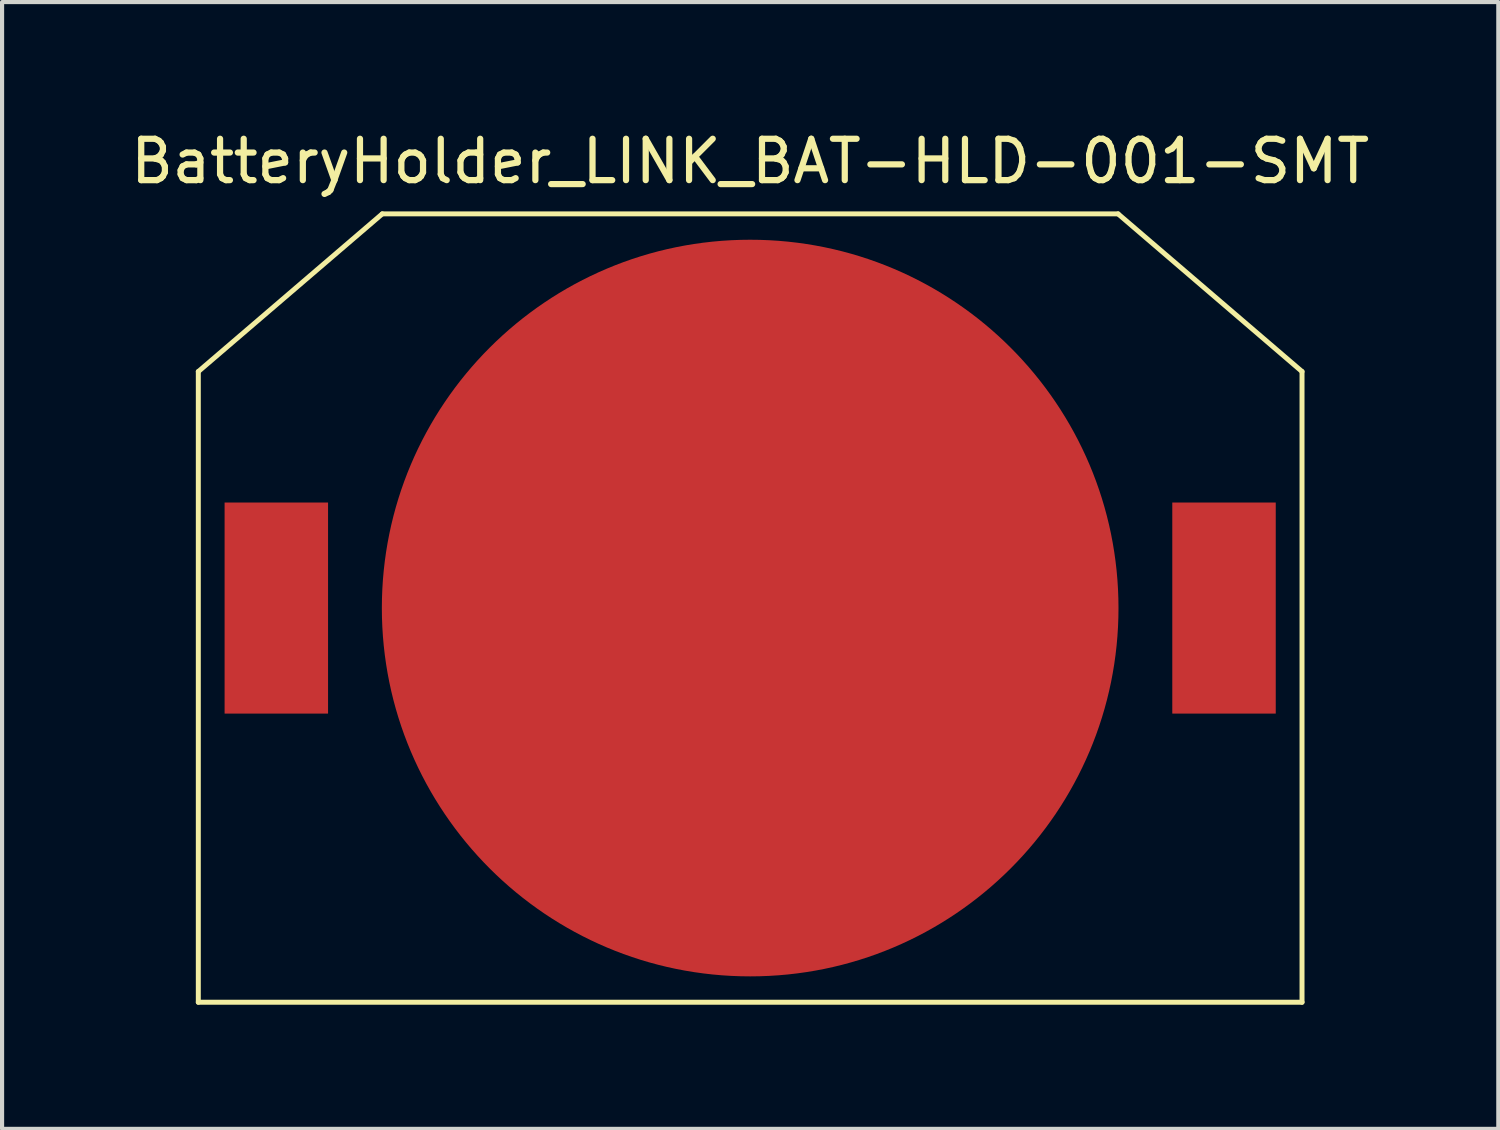
<source format=kicad_pcb>
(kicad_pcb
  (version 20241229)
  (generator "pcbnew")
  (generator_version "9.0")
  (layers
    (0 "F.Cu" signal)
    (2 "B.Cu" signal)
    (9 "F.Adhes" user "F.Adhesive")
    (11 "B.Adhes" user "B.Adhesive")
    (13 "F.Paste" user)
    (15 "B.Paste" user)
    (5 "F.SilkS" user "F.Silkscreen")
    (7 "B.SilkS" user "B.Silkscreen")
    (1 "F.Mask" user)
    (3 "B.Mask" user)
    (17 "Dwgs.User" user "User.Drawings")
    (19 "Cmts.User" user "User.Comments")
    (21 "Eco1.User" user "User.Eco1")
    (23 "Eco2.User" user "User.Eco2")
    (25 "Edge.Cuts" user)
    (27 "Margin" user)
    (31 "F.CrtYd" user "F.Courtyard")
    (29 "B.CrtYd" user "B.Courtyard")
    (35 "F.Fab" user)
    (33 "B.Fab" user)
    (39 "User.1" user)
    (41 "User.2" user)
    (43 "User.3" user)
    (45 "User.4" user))
  (footprint "BatteryHolder_LINK_BAT-HLD-001-SMT"
    (layer "F.Cu")
    (at 15.077 11.643)
    (property "Reference" "BatteryHolder_LINK_BAT-HLD-001-SMT" (at 0 -10.795 0) (layer "F.SilkS") (effects (font (size 1 1) (thickness 0.15))))
    (attr through_hole)
    (fp_line (start -13.335 -5.715) (end -13.335 9.525) (stroke (width 0.12) (type solid)) (layer "F.SilkS"))
    (fp_line (start -13.335 9.525) (end 13.335 9.525) (stroke (width 0.12) (type solid)) (layer "F.SilkS"))
    (fp_line (start -8.89 -9.525) (end -13.335 -5.715) (stroke (width 0.12) (type solid)) (layer "F.SilkS"))
    (fp_line (start 8.89 -9.525) (end -8.89 -9.525) (stroke (width 0.12) (type solid)) (layer "F.SilkS"))
    (fp_line (start 13.335 -5.715) (end 8.89 -9.525) (stroke (width 0.12) (type solid)) (layer "F.SilkS"))
    (fp_line (start 13.335 9.525) (end 13.335 -5.715) (stroke (width 0.12) (type solid)) (layer "F.SilkS"))
    (pad "1" smd rect (at -11.45 0) (size 2.5 5.1) (layers "F.Cu" "F.Mask" "F.Paste"))
    (pad "1" smd rect (at 11.45 0) (size 2.5 5.1) (layers "F.Cu" "F.Mask" "F.Paste"))
    (pad "2" smd circle (at 0 0) (size 17.8 17.8) (layers "F.Cu" "F.Mask" "F.Paste")))
  (gr_rect
    (start -3 -3)
    (end 33.155 24.228)
    (stroke (width 0.1) (type default))
    (fill no)
    (layer "Edge.Cuts")))
</source>
